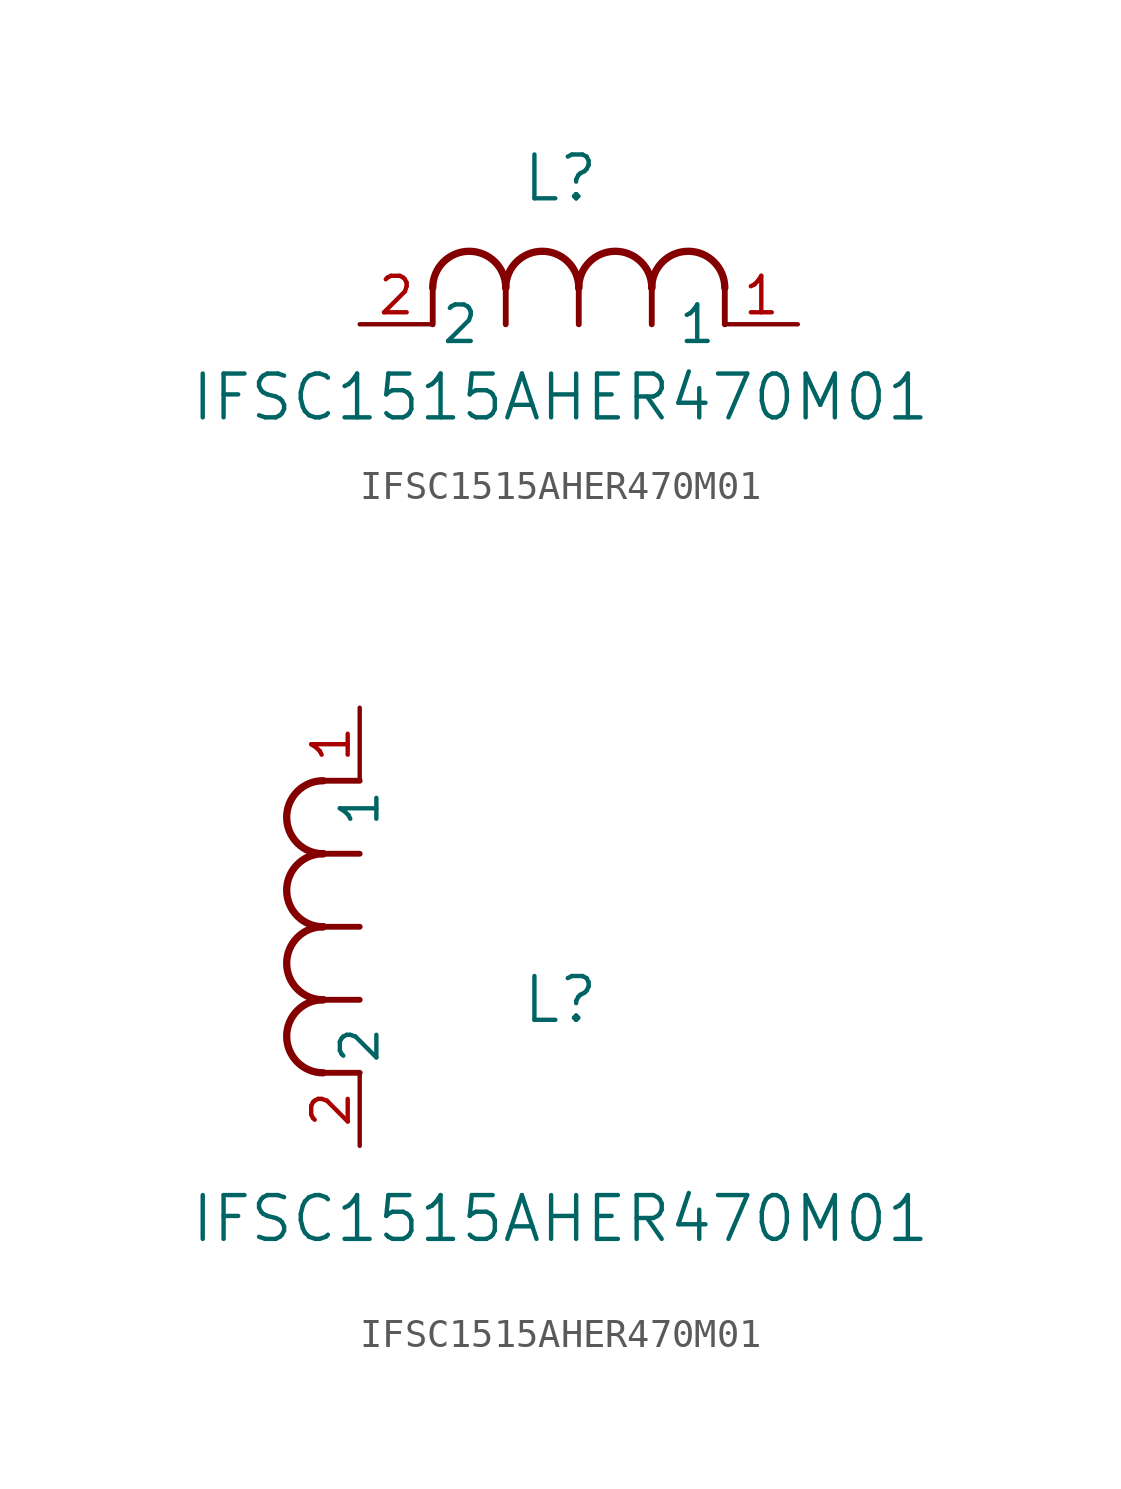
<source format=kicad_sym>
(kicad_symbol_lib
  (version 20211014)
  (generator kicad_symbol_editor)
  (symbol "IFSC1515AHER470M01"
    (pin_names
      (offset 0.254))
    (property "Reference" "L"
      (at 6.985 5.08 0)
      (effects (font (size 1.524 1.524))))
    (property "Value" "IFSC1515AHER470M01"
      (at 6.985 -2.54 0)
      (effects (font (size 1.524 1.524))))
    (symbol "IFSC1515AHER470M01_1_1"
      (arc (start 7.62 1.27) (mid 6.35 2.54) (end 5.08 1.27) (stroke (width 0.254) (type default) (color 0 0 0 0)) (fill (type none)))
      (polyline (pts (xy 5.08 0) (xy 5.08 1.27)) (stroke (width 0.203) (type default) (color 0 0 0 0)) (fill (type none)))
      (polyline (pts (xy 7.62 0) (xy 7.62 1.27)) (stroke (width 0.203) (type default) (color 0 0 0 0)) (fill (type none)))
      (polyline (pts (xy 12.7 0) (xy 12.7 1.27)) (stroke (width 0.203) (type default) (color 0 0 0 0)) (fill (type none)))
      (arc (start 5.08 1.27) (mid 3.81 2.54) (end 2.54 1.27) (stroke (width 0.254) (type default) (color 0 0 0 0)) (fill (type none)))
      (arc (start 10.16 1.27) (mid 8.89 2.54) (end 7.62 1.27) (stroke (width 0.254) (type default) (color 0 0 0 0)) (fill (type none)))
      (arc (start 12.7 1.27) (mid 11.43 2.54) (end 10.16 1.27) (stroke (width 0.254) (type default) (color 0 0 0 0)) (fill (type none)))
      (polyline (pts (xy 2.54 0) (xy 2.54 1.27)) (stroke (width 0.203) (type default) (color 0 0 0 0)) (fill (type none)))
      (polyline (pts (xy 10.16 0) (xy 10.16 1.27)) (stroke (width 0.203) (type default) (color 0 0 0 0)) (fill (type none)))
      (pin unspecified line (at 0 0 0) (length 2.54) (name "2" (effects (font (size 1.27 1.27)))) (number "2" (effects (font (size 1.27 1.27)))))
      (pin unspecified line (at 15.24 0 180) (length 2.54) (name "1" (effects (font (size 1.27 1.27)))) (number "1" (effects (font (size 1.27 1.27))))))
    (symbol "IFSC1515AHER470M01_1_2"
      (arc (start -1.27 7.62) (mid -2.54 6.35) (end -1.27 5.08) (stroke (width 0.254) (type default) (color 0 0 0 0)) (fill (type none)))
      (arc (start -1.27 5.08) (mid -2.54 3.81) (end -1.27 2.54) (stroke (width 0.254) (type default) (color 0 0 0 0)) (fill (type none)))
      (arc (start -1.27 12.7) (mid -2.54 11.43) (end -1.27 10.16) (stroke (width 0.254) (type default) (color 0 0 0 0)) (fill (type none)))
      (arc (start -1.27 10.16) (mid -2.54 8.89) (end -1.27 7.62) (stroke (width 0.254) (type default) (color 0 0 0 0)) (fill (type none)))
      (polyline (pts (xy 0 7.62) (xy -1.27 7.62)) (stroke (width 0.203) (type default) (color 0 0 0 0)) (fill (type none)))
      (polyline (pts (xy 0 5.08) (xy -1.27 5.08)) (stroke (width 0.203) (type default) (color 0 0 0 0)) (fill (type none)))
      (polyline (pts (xy 0 12.7) (xy -1.27 12.7)) (stroke (width 0.203) (type default) (color 0 0 0 0)) (fill (type none)))
      (polyline (pts (xy 0 2.54) (xy -1.27 2.54)) (stroke (width 0.203) (type default) (color 0 0 0 0)) (fill (type none)))
      (polyline (pts (xy 0 10.16) (xy -1.27 10.16)) (stroke (width 0.203) (type default) (color 0 0 0 0)) (fill (type none)))
      (pin unspecified line (at 0 0 90) (length 2.54) (name "2" (effects (font (size 1.27 1.27)))) (number "2" (effects (font (size 1.27 1.27)))))
      (pin unspecified line (at 0 15.24 270) (length 2.54) (name "1" (effects (font (size 1.27 1.27)))) (number "1" (effects (font (size 1.27 1.27))))))))
</source>
